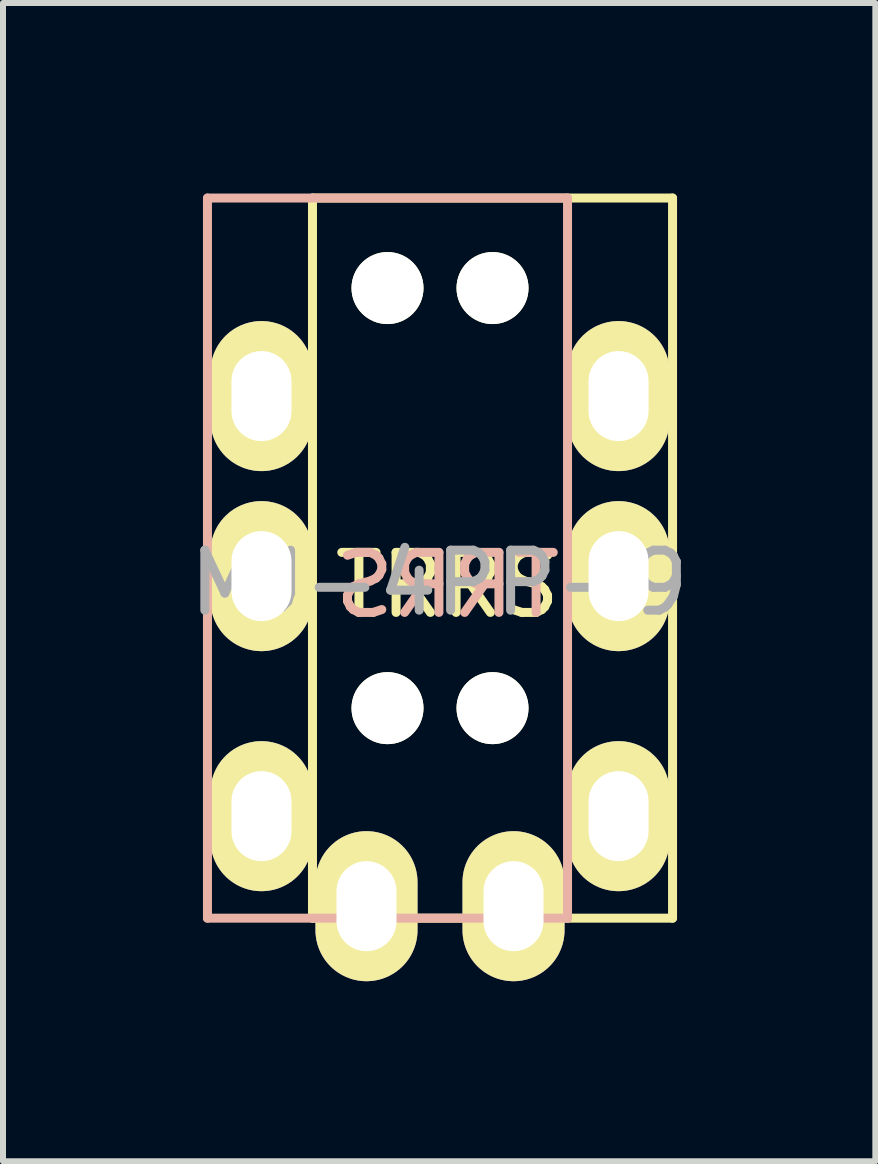
<source format=kicad_pcb>
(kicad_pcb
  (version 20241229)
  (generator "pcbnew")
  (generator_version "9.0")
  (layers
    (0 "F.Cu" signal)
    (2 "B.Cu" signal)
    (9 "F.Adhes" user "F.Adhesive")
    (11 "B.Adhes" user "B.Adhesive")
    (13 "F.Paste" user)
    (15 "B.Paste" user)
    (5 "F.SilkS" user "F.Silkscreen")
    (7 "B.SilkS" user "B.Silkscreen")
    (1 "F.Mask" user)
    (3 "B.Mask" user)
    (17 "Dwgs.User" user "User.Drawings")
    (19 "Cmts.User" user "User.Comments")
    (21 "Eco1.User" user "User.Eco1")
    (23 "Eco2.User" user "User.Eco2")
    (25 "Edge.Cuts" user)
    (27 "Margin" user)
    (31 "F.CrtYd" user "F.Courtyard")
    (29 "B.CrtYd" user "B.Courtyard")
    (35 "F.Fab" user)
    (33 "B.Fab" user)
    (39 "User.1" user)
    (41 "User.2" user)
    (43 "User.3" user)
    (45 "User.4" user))
  (footprint "MJ-4PP-9"
    (layer "F.Cu")
    (at 5.157 0.25)
    (property "Reference" "MJ-4PP-9" (at -0.889 6.413 0) (layer "F.Fab") (effects (font (size 1 1) (thickness 0.15))))
    (attr through_hole)
    (fp_line (start -3 0) (end 3 0) (stroke (width 0.15) (type solid)) (layer "F.SilkS"))
    (fp_line (start -3 12) (end -3 0) (stroke (width 0.15) (type solid)) (layer "F.SilkS"))
    (fp_line (start 3 0) (end 3 12) (stroke (width 0.15) (type solid)) (layer "F.SilkS"))
    (fp_line (start 3 12) (end -3 12) (stroke (width 0.15) (type solid)) (layer "F.SilkS"))
    (fp_line (start -4.75 0) (end 1.25 0) (stroke (width 0.15) (type solid)) (layer "B.SilkS"))
    (fp_line (start -4.75 12) (end -4.75 0) (stroke (width 0.15) (type solid)) (layer "B.SilkS"))
    (fp_line (start 1.25 0) (end 1.25 12) (stroke (width 0.15) (type solid)) (layer "B.SilkS"))
    (fp_line (start 1.25 12) (end -4.75 12) (stroke (width 0.15) (type solid)) (layer "B.SilkS"))
    (fp_text user "TRRS" (at -0.75 6.45 0) (layer "F.SilkS") (effects (font (size 1 1) (thickness 0.15))))
    (fp_text user "TRRS" (at -0.75 6.45 0) (layer "B.SilkS") (effects (font (size 1 1) (thickness 0.15)) (justify mirror)))
    (pad "" np_thru_hole circle (at -1.75 1.5) (size 1.2 1.2) (drill 1.2) (layers "*.Cu" "*.Mask" "F.SilkS"))
    (pad "" np_thru_hole circle (at -1.75 8.5) (size 1.2 1.2) (drill 1.2) (layers "*.Cu" "*.Mask" "F.SilkS"))
    (pad "" np_thru_hole circle (at 0 1.5) (size 1.2 1.2) (drill 1.2) (layers "*.Cu" "*.Mask" "F.SilkS"))
    (pad "" np_thru_hole circle (at 0 8.5) (size 1.2 1.2) (drill 1.2) (layers "*.Cu" "*.Mask" "F.SilkS"))
    (pad "1" thru_hole oval (at -3.85 10.3) (size 1.7 2.5) (drill oval 1 1.5) (layers "*.Cu" "*.Mask" "F.SilkS"))
    (pad "1" thru_hole oval (at 2.1 10.3) (size 1.7 2.5) (drill oval 1 1.5) (layers "*.Cu" "*.Mask" "F.SilkS"))
    (pad "2" thru_hole oval (at -3.85 6.3) (size 1.7 2.5) (drill oval 1 1.5) (layers "*.Cu" "*.Mask" "F.SilkS"))
    (pad "2" thru_hole oval (at 2.1 6.3) (size 1.7 2.5) (drill oval 1 1.5) (layers "*.Cu" "*.Mask" "F.SilkS"))
    (pad "3" thru_hole oval (at -3.85 3.3) (size 1.7 2.5) (drill oval 1 1.5) (layers "*.Cu" "*.Mask" "F.SilkS"))
    (pad "3" thru_hole oval (at 2.1 3.3) (size 1.7 2.5) (drill oval 1 1.5) (layers "*.Cu" "*.Mask" "F.SilkS"))
    (pad "4" thru_hole oval (at -2.1 11.8) (size 1.7 2.5) (drill oval 1 1.5) (layers "*.Cu" "*.Mask" "F.SilkS"))
    (pad "4" thru_hole oval (at 0.35 11.8) (size 1.7 2.5) (drill oval 1 1.5) (layers "*.Cu" "*.Mask" "F.SilkS")))
  (gr_rect
    (start -3 -3)
    (end 11.536 16.3)
    (stroke (width 0.1) (type default))
    (fill no)
    (layer "Edge.Cuts")))
</source>
